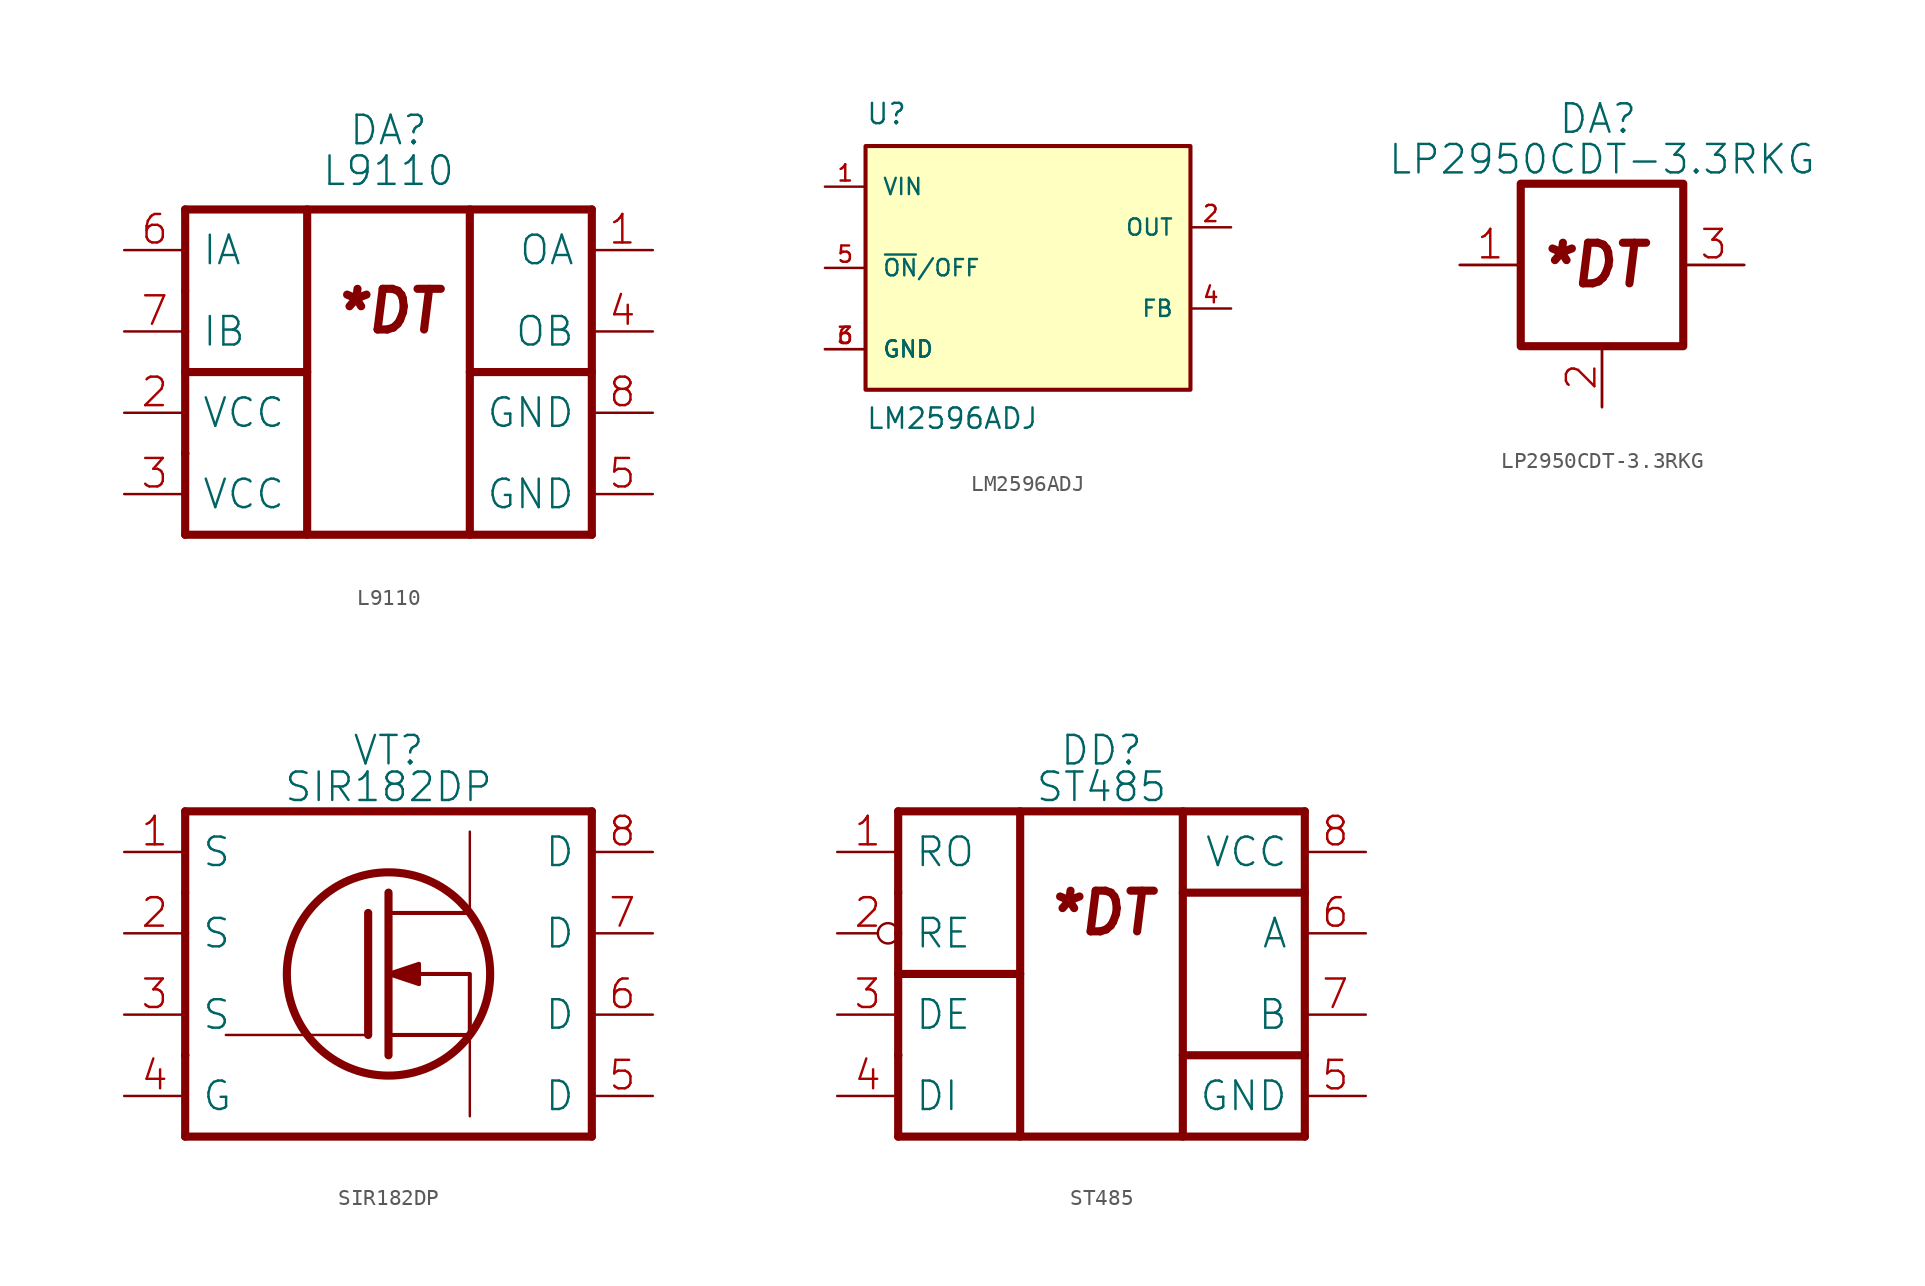
<source format=kicad_sym>
(kicad_symbol_lib
  (version 20211014)
  (generator kicad_symbol_editor)
  (symbol "L9110"
    (pin_names
      (offset 1.016))
    (property "Reference" "DA"
      (at 0 15.113 0)
      (effects (font (size 1.778 1.778))))
    (property "Value" "L9110"
      (at 0 12.573 0)
      (effects (font (size 1.778 1.778))))
    (symbol "L9110_0_1"
      (polyline (pts (xy -12.7 -10.16) (xy 12.7 -10.16)) (stroke (width 0.508) (type default) (color 0 0 0 0)) (fill (type none)))
      (polyline (pts (xy -12.7 -5.08) (xy -12.7 -10.16)) (stroke (width 0.508) (type default) (color 0 0 0 0)) (fill (type none)))
      (polyline (pts (xy -5.08 10.16) (xy -5.08 -10.16)) (stroke (width 0.508) (type default) (color 0 0 0 0)) (fill (type none)))
      (polyline (pts (xy 5.08 10.16) (xy 5.08 -10.16)) (stroke (width 0.508) (type default) (color 0 0 0 0)) (fill (type none)))
      (polyline (pts (xy 12.7 -10.16) (xy 12.7 10.16)) (stroke (width 0.508) (type default) (color 0 0 0 0)) (fill (type none)))
      (polyline (pts (xy 12.7 10.16) (xy -12.7 10.16)) (stroke (width 0.508) (type default) (color 0 0 0 0)) (fill (type none))))
    (symbol "L9110_1_1"
      (polyline (pts (xy -12.7 -5.08) (xy -12.7 -5.08)) (stroke (width 0.508) (type default) (color 0 0 0 0)) (fill (type none)))
      (polyline (pts (xy -12.7 -5.08) (xy -12.7 5.08)) (stroke (width 0.508) (type default) (color 0 0 0 0)) (fill (type none)))
      (polyline (pts (xy -12.7 0) (xy -5.08 0)) (stroke (width 0.508) (type default) (color 0 0 0 0)) (fill (type none)))
      (polyline (pts (xy -12.7 2.54) (xy -12.7 2.54)) (stroke (width 0.508) (type default) (color 0 0 0 0)) (fill (type none)))
      (polyline (pts (xy -12.7 5.08) (xy -12.7 5.08)) (stroke (width 0) (type default) (color 0 0 0 0)) (fill (type none)))
      (polyline (pts (xy -12.7 10.16) (xy -12.7 5.08)) (stroke (width 0.508) (type default) (color 0 0 0 0)) (fill (type none)))
      (polyline (pts (xy 5.08 0) (xy 12.7 0)) (stroke (width 0.508) (type default) (color 0 0 0 0)) (fill (type none)))
      (text "*DT" (at 0 3.81 0) (effects (font (size 2.54 2.54) bold italic)))
      (pin output line (at 16.51 7.62 180) (length 3.81) (name "OA" (effects (font (size 1.778 1.778)))) (number "1" (effects (font (size 1.778 1.778)))))
      (pin output line (at -16.51 -2.54 0) (length 3.81) (name "VCC" (effects (font (size 1.778 1.778)))) (number "2" (effects (font (size 1.778 1.778)))))
      (pin output line (at -16.51 -7.62 0) (length 3.81) (name "VCC" (effects (font (size 1.778 1.778)))) (number "3" (effects (font (size 1.778 1.778)))))
      (pin output line (at 16.51 2.54 180) (length 3.81) (name "OB" (effects (font (size 1.778 1.778)))) (number "4" (effects (font (size 1.778 1.778)))))
      (pin power_in line (at 16.51 -7.62 180) (length 3.81) (name "GND" (effects (font (size 1.778 1.778)))) (number "5" (effects (font (size 1.778 1.778)))))
      (pin input line (at -16.51 7.62 0) (length 3.81) (name "IA" (effects (font (size 1.778 1.778)))) (number "6" (effects (font (size 1.778 1.778)))))
      (pin input line (at -16.51 2.54 0) (length 3.81) (name "IB" (effects (font (size 1.778 1.778)))) (number "7" (effects (font (size 1.778 1.778)))))
      (pin output line (at 16.51 -2.54 180) (length 3.81) (name "GND" (effects (font (size 1.778 1.778)))) (number "8" (effects (font (size 1.778 1.778)))))))
  (symbol "LM2596ADJ"
    (pin_names
      (offset 1.016))
    (property "Reference" "U"
      (at -10.16 8.89 0)
      (effects (font (size 1.27 1.27)) (justify left bottom)))
    (property "Value" "LM2596ADJ"
      (at -10.16 -10.16 0)
      (effects (font (size 1.27 1.27)) (justify left bottom)))
    (property "ki_locked" ""
      (at 0 0 0)
      (effects (font (size 1.27 1.27))))
    (symbol "LM2596ADJ_0_0"
      (rectangle (start -10.16 -7.62) (end 10.16 7.62) (stroke (width 0.254) (type default) (color 0 0 0 0)) (fill (type background)))
      (pin input line (at -12.7 5.08 0) (length 2.54) (name "VIN" (effects (font (size 1.016 1.016)))) (number "1" (effects (font (size 1.016 1.016)))))
      (pin output line (at 12.7 2.54 180) (length 2.54) (name "OUT" (effects (font (size 1.016 1.016)))) (number "2" (effects (font (size 1.016 1.016)))))
      (pin power_in line (at -12.7 -5.08 0) (length 2.54) (name "GND" (effects (font (size 1.016 1.016)))) (number "3" (effects (font (size 1.016 1.016)))))
      (pin input line (at 12.7 -2.54 180) (length 2.54) (name "FB" (effects (font (size 1.016 1.016)))) (number "4" (effects (font (size 1.016 1.016)))))
      (pin input line (at -12.7 0 0) (length 2.54) (name "~{ON}/OFF" (effects (font (size 1.016 1.016)))) (number "5" (effects (font (size 1.016 1.016)))))
      (pin power_in line (at -12.7 -5.08 0) (length 2.54) (name "GND" (effects (font (size 1.016 1.016)))) (number "6" (effects (font (size 1.016 1.016)))))))
  (symbol "LP2950CDT-3.3RKG"
    (pin_names
      (offset 2.007) hide)
    (property "Reference" "DA"
      (at -0.254 9.144 0)
      (effects (font (size 1.778 1.778))))
    (property "Value" "LP2950CDT-3.3RKG"
      (at 0 6.604 0)
      (effects (font (size 1.778 1.778))))
    (symbol "LP2950CDT-3.3RKG_1_1"
      (rectangle (start -5.08 5.08) (end 5.08 -5.08) (stroke (width 0.508) (type default) (color 0 0 0 0)) (fill (type none)))
      (polyline (pts (xy -8.89 0) (xy -5.08 0)) (stroke (width 0) (type default) (color 0 0 0 0)) (fill (type none)))
      (polyline (pts (xy 0 -5.08) (xy 0 -8.89)) (stroke (width 0) (type default) (color 0 0 0 0)) (fill (type none)))
      (polyline (pts (xy 5.08 0) (xy 8.89 0)) (stroke (width 0) (type default) (color 0 0 0 0)) (fill (type none)))
      (text "*DT" (at -0.508 0 0) (effects (font (size 2.54 2.54) bold italic)))
      (pin power_in line (at -8.89 0 0) (length 3.81) (name "IN" (effects (font (size 1.778 1.778)))) (number "1" (effects (font (size 1.778 1.778)))))
      (pin power_in line (at 0 -8.89 90) (length 3.81) (name "GND" (effects (font (size 1.778 1.778)))) (number "2" (effects (font (size 1.778 1.778)))))
      (pin power_out line (at 8.89 0 180) (length 3.81) (name "OUTPUT" (effects (font (size 1.778 1.778)))) (number "3" (effects (font (size 1.778 1.778)))))))
  (symbol "SIR182DP"
    (pin_names
      (offset 1.016))
    (property "Reference" "VT"
      (at 0 13.97 0)
      (effects (font (size 1.778 1.778))))
    (property "Value" "SIR182DP"
      (at 0 11.684 0)
      (effects (font (size 1.778 1.778))))
    (symbol "SIR182DP_0_1"
      (polyline (pts (xy -12.7 -10.16) (xy 12.7 -10.16)) (stroke (width 0.508) (type default) (color 0 0 0 0)) (fill (type none)))
      (polyline (pts (xy -12.7 -5.08) (xy -12.7 -10.16)) (stroke (width 0.508) (type default) (color 0 0 0 0)) (fill (type none)))
      (polyline (pts (xy -10.16 -3.81) (xy -1.27 -3.81)) (stroke (width 0) (type default) (color 0 0 0 0)) (fill (type none)))
      (polyline (pts (xy -1.27 3.81) (xy -1.27 -3.81)) (stroke (width 0.508) (type default) (color 0 0 0 0)) (fill (type none)))
      (polyline (pts (xy 0 -3.81) (xy 5.08 -3.81)) (stroke (width 0.254) (type default) (color 0 0 0 0)) (fill (type none)))
      (polyline (pts (xy 0 3.81) (xy 5.08 3.81)) (stroke (width 0.254) (type default) (color 0 0 0 0)) (fill (type none)))
      (polyline (pts (xy 0 5.08) (xy 0 -5.08)) (stroke (width 0.508) (type default) (color 0 0 0 0)) (fill (type none)))
      (polyline (pts (xy 5.08 -3.81) (xy 5.08 -8.89)) (stroke (width 0) (type default) (color 0 0 0 0)) (fill (type none)))
      (polyline (pts (xy 5.08 3.81) (xy 5.08 8.89)) (stroke (width 0) (type default) (color 0 0 0 0)) (fill (type none)))
      (polyline (pts (xy 12.7 -10.16) (xy 12.7 10.16)) (stroke (width 0.508) (type default) (color 0 0 0 0)) (fill (type none)))
      (polyline (pts (xy 12.7 10.16) (xy -12.7 10.16)) (stroke (width 0.508) (type default) (color 0 0 0 0)) (fill (type none)))
      (polyline (pts (xy 0 0) (xy 5.08 0) (xy 5.08 -3.81)) (stroke (width 0.254) (type default) (color 0 0 0 0)) (fill (type none)))
      (polyline (pts (xy 1.905 -0.635) (xy 0 0) (xy 1.905 0.635) (xy 1.905 -0.635)) (stroke (width 0.254) (type default) (color 0 0 0 0)) (fill (type outline)))
      (circle (center 0 0) (radius 6.35) (stroke (width 0.508) (type default) (color 0 0 0 0)) (fill (type none))))
    (symbol "SIR182DP_1_1"
      (polyline (pts (xy -12.7 -5.08) (xy -12.7 -5.08)) (stroke (width 0.508) (type default) (color 0 0 0 0)) (fill (type none)))
      (polyline (pts (xy -12.7 -5.08) (xy -12.7 5.08)) (stroke (width 0.508) (type default) (color 0 0 0 0)) (fill (type none)))
      (polyline (pts (xy -12.7 2.54) (xy -12.7 2.54)) (stroke (width 0.508) (type default) (color 0 0 0 0)) (fill (type none)))
      (polyline (pts (xy -12.7 5.08) (xy -12.7 5.08)) (stroke (width 0) (type default) (color 0 0 0 0)) (fill (type none)))
      (polyline (pts (xy -12.7 10.16) (xy -12.7 5.08)) (stroke (width 0.508) (type default) (color 0 0 0 0)) (fill (type none)))
      (pin power_in line (at -16.51 7.62 0) (length 3.81) (name "S" (effects (font (size 1.778 1.778)))) (number "1" (effects (font (size 1.778 1.778)))))
      (pin power_in line (at -16.51 2.54 0) (length 3.81) (name "S" (effects (font (size 1.778 1.778)))) (number "2" (effects (font (size 1.778 1.778)))))
      (pin power_in line (at -16.51 -2.54 0) (length 3.81) (name "S" (effects (font (size 1.778 1.778)))) (number "3" (effects (font (size 1.778 1.778)))))
      (pin input line (at -16.51 -7.62 0) (length 3.81) (name "G" (effects (font (size 1.778 1.778)))) (number "4" (effects (font (size 1.778 1.778)))))
      (pin power_out line (at 16.51 -7.62 180) (length 3.81) (name "D" (effects (font (size 1.778 1.778)))) (number "5" (effects (font (size 1.778 1.778)))))
      (pin power_out line (at 16.51 -2.54 180) (length 3.81) (name "D" (effects (font (size 1.778 1.778)))) (number "6" (effects (font (size 1.778 1.778)))))
      (pin power_out line (at 16.51 2.54 180) (length 3.81) (name "D" (effects (font (size 1.778 1.778)))) (number "7" (effects (font (size 1.778 1.778)))))
      (pin power_out line (at 16.51 7.62 180) (length 3.81) (name "D" (effects (font (size 1.778 1.778)))) (number "8" (effects (font (size 1.778 1.778)))))))
  (symbol "ST485"
    (pin_names
      (offset 1.016))
    (property "Reference" "DD"
      (at 0 13.97 0)
      (effects (font (size 1.778 1.778))))
    (property "Value" "ST485"
      (at 0 11.684 0)
      (effects (font (size 1.778 1.778))))
    (symbol "ST485_0_1"
      (polyline (pts (xy -12.7 -10.16) (xy 12.7 -10.16)) (stroke (width 0.508) (type default) (color 0 0 0 0)) (fill (type none)))
      (polyline (pts (xy -12.7 -5.08) (xy -12.7 -10.16)) (stroke (width 0.508) (type default) (color 0 0 0 0)) (fill (type none)))
      (polyline (pts (xy -5.08 10.16) (xy -5.08 -10.16)) (stroke (width 0.508) (type default) (color 0 0 0 0)) (fill (type none)))
      (polyline (pts (xy 5.08 10.16) (xy 5.08 -10.16)) (stroke (width 0.508) (type default) (color 0 0 0 0)) (fill (type none)))
      (polyline (pts (xy 12.7 -10.16) (xy 12.7 10.16)) (stroke (width 0.508) (type default) (color 0 0 0 0)) (fill (type none)))
      (polyline (pts (xy 12.7 10.16) (xy -12.7 10.16)) (stroke (width 0.508) (type default) (color 0 0 0 0)) (fill (type none))))
    (symbol "ST485_1_1"
      (polyline (pts (xy -12.7 -5.08) (xy -12.7 -5.08)) (stroke (width 0.508) (type default) (color 0 0 0 0)) (fill (type none)))
      (polyline (pts (xy -12.7 -5.08) (xy -12.7 5.08)) (stroke (width 0.508) (type default) (color 0 0 0 0)) (fill (type none)))
      (polyline (pts (xy -12.7 0) (xy -5.08 0)) (stroke (width 0.508) (type default) (color 0 0 0 0)) (fill (type none)))
      (polyline (pts (xy -12.7 2.54) (xy -12.7 2.54)) (stroke (width 0.508) (type default) (color 0 0 0 0)) (fill (type none)))
      (polyline (pts (xy -12.7 5.08) (xy -12.7 5.08)) (stroke (width 0) (type default) (color 0 0 0 0)) (fill (type none)))
      (polyline (pts (xy -12.7 10.16) (xy -12.7 5.08)) (stroke (width 0.508) (type default) (color 0 0 0 0)) (fill (type none)))
      (polyline (pts (xy 5.08 -5.08) (xy 12.7 -5.08)) (stroke (width 0.508) (type default) (color 0 0 0 0)) (fill (type none)))
      (polyline (pts (xy 5.08 5.08) (xy 12.7 5.08)) (stroke (width 0.508) (type default) (color 0 0 0 0)) (fill (type none)))
      (text "*DT" (at 0 3.81 0) (effects (font (size 2.54 2.54) bold italic)))
      (pin input line (at -16.51 7.62 0) (length 3.81) (name "RO" (effects (font (size 1.778 1.778)))) (number "1" (effects (font (size 1.778 1.778)))))
      (pin input inverted (at -16.51 2.54 0) (length 3.81) (name "RE" (effects (font (size 1.778 1.778)))) (number "2" (effects (font (size 1.778 1.778)))))
      (pin input line (at -16.51 -2.54 0) (length 3.81) (name "DE" (effects (font (size 1.778 1.778)))) (number "3" (effects (font (size 1.778 1.778)))))
      (pin input line (at -16.51 -7.62 0) (length 3.81) (name "DI" (effects (font (size 1.778 1.778)))) (number "4" (effects (font (size 1.778 1.778)))))
      (pin power_in line (at 16.51 -7.62 180) (length 3.81) (name "GND" (effects (font (size 1.778 1.778)))) (number "5" (effects (font (size 1.778 1.778)))))
      (pin output line (at 16.51 2.54 180) (length 3.81) (name "A" (effects (font (size 1.778 1.778)))) (number "6" (effects (font (size 1.778 1.778)))))
      (pin output line (at 16.51 -2.54 180) (length 3.81) (name "B" (effects (font (size 1.778 1.778)))) (number "7" (effects (font (size 1.778 1.778)))))
      (pin power_in line (at 16.51 7.62 180) (length 3.81) (name "VCC" (effects (font (size 1.778 1.778)))) (number "8" (effects (font (size 1.778 1.778))))))))
</source>
